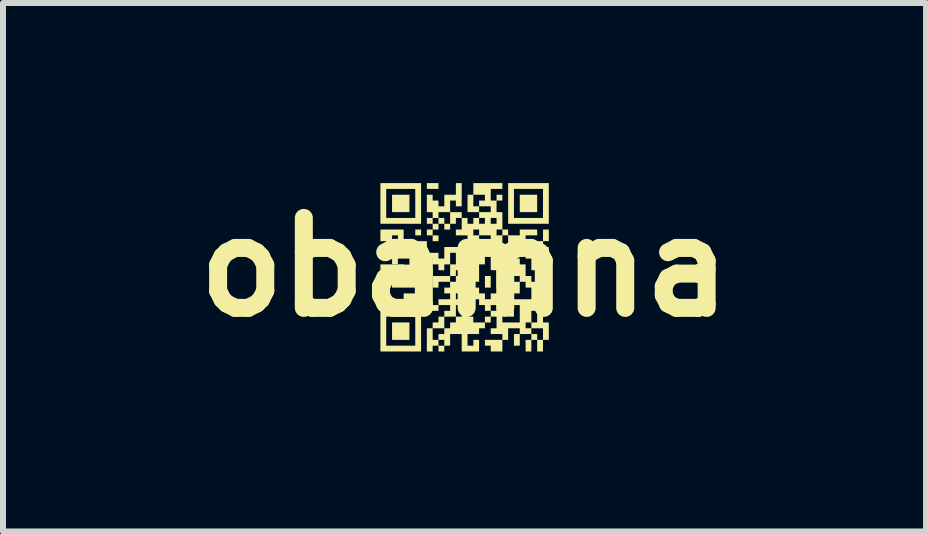
<source format=kicad_pcb>
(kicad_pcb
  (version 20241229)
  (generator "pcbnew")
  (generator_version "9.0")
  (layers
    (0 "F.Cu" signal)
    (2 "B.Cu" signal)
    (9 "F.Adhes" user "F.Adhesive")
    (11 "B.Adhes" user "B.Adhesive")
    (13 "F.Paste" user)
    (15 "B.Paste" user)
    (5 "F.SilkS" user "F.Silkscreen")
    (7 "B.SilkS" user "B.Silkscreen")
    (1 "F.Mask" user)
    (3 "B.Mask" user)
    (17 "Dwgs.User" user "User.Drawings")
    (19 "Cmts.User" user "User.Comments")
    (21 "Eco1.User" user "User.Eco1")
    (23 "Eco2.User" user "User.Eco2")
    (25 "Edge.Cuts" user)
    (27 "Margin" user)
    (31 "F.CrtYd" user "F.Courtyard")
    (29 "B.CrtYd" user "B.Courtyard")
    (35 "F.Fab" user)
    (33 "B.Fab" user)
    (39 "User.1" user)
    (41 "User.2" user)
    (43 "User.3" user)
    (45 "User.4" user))
  (footprint "obamna"
    (layer "F.Cu")
    (at 4.693 1.404)
    (property "Reference" "obamna" (at 0 0 0) (layer "F.SilkS") (effects (font (size 1.5 1.5) (thickness 0.3))))
    (attr board_only exclude_from_pos_files exclude_from_bom)
    (fp_poly (pts (xy -1.305 0.389) (xy -1.305 0.437) (xy -1.353 0.437) (xy -1.402 0.437) (xy -1.402 0.389) (xy -1.402 0.34) (xy -1.353 0.34) (xy -1.305 0.34)) (stroke (width 0) (type solid)) (fill yes) (layer "F.SilkS"))
    (fp_poly (pts (xy -1.015 0.001) (xy -1.015 0.05) (xy -1.063 0.05) (xy -1.111 0.05) (xy -1.111 0.001) (xy -1.111 -0.047) (xy -1.063 -0.047) (xy -1.015 -0.047)) (stroke (width 0) (type solid)) (fill yes) (layer "F.SilkS"))
    (fp_poly (pts (xy -0.918 -1.063) (xy -0.918 -0.918) (xy -1.063 -0.918) (xy -1.208 -0.918) (xy -1.208 -1.063) (xy -1.208 -1.208) (xy -1.063 -1.208) (xy -0.918 -1.208)) (stroke (width 0) (type solid)) (fill yes) (layer "F.SilkS"))
    (fp_poly (pts (xy -0.918 1.066) (xy -0.918 1.211) (xy -1.063 1.211) (xy -1.208 1.211) (xy -1.208 1.066) (xy -1.208 0.921) (xy -1.063 0.921) (xy -0.918 0.921)) (stroke (width 0) (type solid)) (fill yes) (layer "F.SilkS"))
    (fp_poly (pts (xy -0.724 -0.579) (xy -0.724 -0.531) (xy -0.773 -0.531) (xy -0.821 -0.531) (xy -0.821 -0.579) (xy -0.821 -0.628) (xy -0.773 -0.628) (xy -0.724 -0.628)) (stroke (width 0) (type solid)) (fill yes) (layer "F.SilkS"))
    (fp_poly (pts (xy -0.531 0.098) (xy -0.531 0.147) (xy -0.579 0.147) (xy -0.628 0.147) (xy -0.628 0.098) (xy -0.628 0.05) (xy -0.579 0.05) (xy -0.531 0.05)) (stroke (width 0) (type solid)) (fill yes) (layer "F.SilkS"))
    (fp_poly (pts (xy -0.434 -1.353) (xy -0.434 -1.305) (xy -0.531 -1.305) (xy -0.628 -1.305) (xy -0.628 -1.353) (xy -0.628 -1.402) (xy -0.531 -1.402) (xy -0.434 -1.402)) (stroke (width 0) (type solid)) (fill yes) (layer "F.SilkS"))
    (fp_poly (pts (xy -0.434 -0.482) (xy -0.434 -0.434) (xy -0.482 -0.434) (xy -0.531 -0.434) (xy -0.531 -0.482) (xy -0.531 -0.531) (xy -0.482 -0.531) (xy -0.434 -0.531)) (stroke (width 0) (type solid)) (fill yes) (layer "F.SilkS"))
    (fp_poly (pts (xy 0.437 0.243) (xy 0.437 0.34) (xy 0.389 0.34) (xy 0.34 0.34) (xy 0.34 0.243) (xy 0.34 0.147) (xy 0.389 0.147) (xy 0.437 0.147)) (stroke (width 0) (type solid)) (fill yes) (layer "F.SilkS"))
    (fp_poly (pts (xy 0.824 0.776) (xy 0.824 0.824) (xy 0.776 0.824) (xy 0.727 0.824) (xy 0.727 0.776) (xy 0.727 0.727) (xy 0.776 0.727) (xy 0.824 0.727)) (stroke (width 0) (type solid)) (fill yes) (layer "F.SilkS"))
    (fp_poly (pts (xy 0.921 0.34) (xy 0.921 0.437) (xy 0.872 0.437) (xy 0.824 0.437) (xy 0.824 0.34) (xy 0.824 0.243) (xy 0.872 0.243) (xy 0.921 0.243)) (stroke (width 0) (type solid)) (fill yes) (layer "F.SilkS"))
    (fp_poly (pts (xy 1.211 -1.063) (xy 1.211 -0.918) (xy 1.066 -0.918) (xy 0.921 -0.918) (xy 0.921 -1.063) (xy 0.921 -1.208) (xy 1.066 -1.208) (xy 1.211 -1.208)) (stroke (width 0) (type solid)) (fill yes) (layer "F.SilkS"))
    (fp_poly (pts (xy 1.405 -0.289) (xy 1.405 -0.24) (xy 1.356 -0.24) (xy 1.308 -0.24) (xy 1.308 -0.289) (xy 1.308 -0.337) (xy 1.356 -0.337) (xy 1.405 -0.337)) (stroke (width 0) (type solid)) (fill yes) (layer "F.SilkS"))
    (fp_poly (pts (xy -0.24 0.195) (xy -0.24 0.243) (xy -0.337 0.243) (xy -0.434 0.243) (xy -0.434 0.292) (xy -0.434 0.34) (xy -0.482 0.34) (xy -0.531 0.34) (xy -0.531 0.243) (xy -0.531 0.147) (xy -0.386 0.147) (xy -0.24 0.147)) (stroke (width 0) (type solid)) (fill yes) (layer "F.SilkS"))
    (fp_poly (pts (xy 1.405 -0.531) (xy 1.405 -0.434) (xy 1.356 -0.434) (xy 1.308 -0.434) (xy 1.308 -0.386) (xy 1.308 -0.337) (xy 1.211 -0.337) (xy 1.114 -0.337) (xy 1.114 -0.386) (xy 1.114 -0.434) (xy 1.211 -0.434) (xy 1.308 -0.434) (xy 1.308 -0.531) (xy 1.308 -0.628) (xy 1.356 -0.628) (xy 1.405 -0.628)) (stroke (width 0) (type solid)) (fill yes) (layer "F.SilkS"))
    (fp_poly (pts (xy -0.724 -1.063) (xy -0.724 -0.724) (xy -1.063 -0.724) (xy -1.402 -0.724) (xy -1.402 -1.063) (xy -1.402 -1.305) (xy -1.305 -1.305) (xy -1.305 -1.063) (xy -1.305 -0.821) (xy -1.063 -0.821) (xy -0.821 -0.821) (xy -0.821 -1.063) (xy -0.821 -1.305) (xy -1.063 -1.305) (xy -1.305 -1.305) (xy -1.402 -1.305) (xy -1.402 -1.402) (xy -1.063 -1.402) (xy -0.724 -1.402)) (stroke (width 0) (type solid)) (fill yes) (layer "F.SilkS"))
    (fp_poly (pts (xy -0.724 1.066) (xy -0.724 1.405) (xy -1.063 1.405) (xy -1.402 1.405) (xy -1.402 1.066) (xy -1.402 0.824) (xy -1.305 0.824) (xy -1.305 1.066) (xy -1.305 1.308) (xy -1.063 1.308) (xy -0.821 1.308) (xy -0.821 1.066) (xy -0.821 0.824) (xy -1.063 0.824) (xy -1.305 0.824) (xy -1.402 0.824) (xy -1.402 0.727) (xy -1.063 0.727) (xy -0.724 0.727)) (stroke (width 0) (type solid)) (fill yes) (layer "F.SilkS"))
    (fp_poly (pts (xy 1.405 -1.063) (xy 1.405 -0.724) (xy 1.066 -0.724) (xy 0.727 -0.724) (xy 0.727 -1.063) (xy 0.727 -1.305) (xy 0.824 -1.305) (xy 0.824 -1.063) (xy 0.824 -0.821) (xy 1.066 -0.821) (xy 1.308 -0.821) (xy 1.308 -1.063) (xy 1.308 -1.305) (xy 1.066 -1.305) (xy 0.824 -1.305) (xy 0.727 -1.305) (xy 0.727 -1.402) (xy 1.066 -1.402) (xy 1.405 -1.402)) (stroke (width 0) (type solid)) (fill yes) (layer "F.SilkS"))
    (fp_poly (pts (xy 0.534 -0.192) (xy 0.534 -0.144) (xy 0.582 -0.144) (xy 0.631 -0.144) (xy 0.631 -0.095) (xy 0.631 -0.047) (xy 0.679 -0.047) (xy 0.727 -0.047) (xy 0.727 0.001) (xy 0.727 0.05) (xy 0.679 0.05) (xy 0.631 0.05) (xy 0.631 0.098) (xy 0.631 0.147) (xy 0.679 0.147) (xy 0.727 0.147) (xy 0.727 0.243) (xy 0.727 0.34) (xy 0.631 0.34) (xy 0.534 0.34) (xy 0.534 0.195) (xy 0.534 0.05) (xy 0.485 0.05) (xy 0.437 0.05) (xy 0.437 -0.095) (xy 0.437 -0.24) (xy 0.485 -0.24) (xy 0.534 -0.24)) (stroke (width 0) (type solid)) (fill yes) (layer "F.SilkS"))
    (fp_poly (pts (xy -0.047 -1.208) (xy -0.047 -1.015) (xy -0.095 -1.015) (xy -0.144 -1.015) (xy -0.144 -1.063) (xy -0.144 -1.111) (xy -0.192 -1.111) (xy -0.24 -1.111) (xy -0.24 -1.015) (xy -0.24 -0.918) (xy -0.337 -0.918) (xy -0.434 -0.918) (xy -0.434 -0.87) (xy -0.434 -0.821) (xy -0.482 -0.821) (xy -0.531 -0.821) (xy -0.531 -0.773) (xy -0.531 -0.724) (xy -0.482 -0.724) (xy -0.434 -0.724) (xy -0.434 -0.773) (xy -0.434 -0.821) (xy -0.386 -0.821) (xy -0.337 -0.821) (xy -0.337 -0.773) (xy -0.337 -0.724) (xy -0.289 -0.724) (xy -0.24 -0.724) (xy -0.24 -0.821) (xy -0.24 -0.918) (xy -0.144 -0.918) (xy -0.047 -0.918) (xy -0.047 -0.87) (xy -0.047 -0.821) (xy -0.095 -0.821) (xy -0.144 -0.821) (xy -0.144 -0.773) (xy -0.144 -0.724) (xy -0.192 -0.724) (xy -0.24 -0.724) (xy -0.24 -0.676) (xy -0.24 -0.628) (xy -0.289 -0.628) (xy -0.337 -0.628) (xy -0.337 -0.676) (xy -0.337 -0.724) (xy -0.386 -0.724) (xy -0.434 -0.724) (xy -0.434 -0.676) (xy -0.434 -0.628) (xy -0.482 -0.628) (xy -0.531 -0.628) (xy -0.531 -0.579) (xy -0.531 -0.531) (xy -0.579 -0.531) (xy -0.628 -0.531) (xy -0.628 -0.579) (xy -0.628 -0.628) (xy -0.579 -0.628) (xy -0.531 -0.628) (xy -0.531 -0.676) (xy -0.531 -0.724) (xy -0.579 -0.724) (xy -0.628 -0.724) (xy -0.628 -0.773) (xy -0.628 -0.821) (xy -0.579 -0.821) (xy -0.531 -0.821) (xy -0.531 -0.87) (xy -0.531 -0.918) (xy -0.579 -0.918) (xy -0.628 -0.918) (xy -0.628 -1.063) (xy -0.628 -1.208) (xy -0.579 -1.208) (xy -0.531 -1.208) (xy -0.531 -1.16) (xy -0.531 -1.111) (xy -0.482 -1.111) (xy -0.434 -1.111) (xy -0.434 -1.063) (xy -0.434 -1.015) (xy -0.386 -1.015) (xy -0.337 -1.015) (xy -0.337 -1.111) (xy -0.337 -1.208) (xy -0.24 -1.208) (xy -0.144 -1.208) (xy -0.144 -1.305) (xy -0.144 -1.402) (xy -0.095 -1.402) (xy -0.047 -1.402)) (stroke (width 0) (type solid)) (fill yes) (layer "F.SilkS"))
    (fp_poly (pts (xy 0.631 -1.353) (xy 0.631 -1.305) (xy 0.534 -1.305) (xy 0.437 -1.305) (xy 0.437 -1.208) (xy 0.437 -1.111) (xy 0.485 -1.111) (xy 0.534 -1.111) (xy 0.534 -1.16) (xy 0.534 -1.208) (xy 0.582 -1.208) (xy 0.631 -1.208) (xy 0.631 -1.16) (xy 0.631 -1.111) (xy 0.582 -1.111) (xy 0.534 -1.111) (xy 0.534 -1.015) (xy 0.534 -0.918) (xy 0.582 -0.918) (xy 0.631 -0.918) (xy 0.631 -0.773) (xy 0.631 -0.628) (xy 0.582 -0.628) (xy 0.534 -0.628) (xy 0.534 -0.579) (xy 0.534 -0.531) (xy 0.582 -0.531) (xy 0.631 -0.531) (xy 0.631 -0.434) (xy 0.631 -0.337) (xy 0.679 -0.337) (xy 0.727 -0.337) (xy 0.727 -0.434) (xy 0.727 -0.531) (xy 0.679 -0.531) (xy 0.631 -0.531) (xy 0.631 -0.579) (xy 0.631 -0.628) (xy 0.679 -0.628) (xy 0.727 -0.628) (xy 0.727 -0.579) (xy 0.727 -0.531) (xy 0.824 -0.531) (xy 0.921 -0.531) (xy 0.921 -0.579) (xy 0.921 -0.628) (xy 1.066 -0.628) (xy 1.211 -0.628) (xy 1.211 -0.579) (xy 1.211 -0.531) (xy 1.114 -0.531) (xy 1.018 -0.531) (xy 1.018 -0.386) (xy 1.018 -0.24) (xy 0.776 -0.24) (xy 0.534 -0.24) (xy 0.534 -0.337) (xy 0.534 -0.434) (xy 0.485 -0.434) (xy 0.437 -0.434) (xy 0.437 -0.337) (xy 0.437 -0.24) (xy 0.389 -0.24) (xy 0.34 -0.24) (xy 0.34 -0.144) (xy 0.34 -0.047) (xy 0.292 -0.047) (xy 0.243 -0.047) (xy 0.243 0.098) (xy 0.243 0.243) (xy 0.195 0.243) (xy 0.147 0.243) (xy 0.147 0.195) (xy 0.147 0.147) (xy 0.098 0.147) (xy 0.05 0.147) (xy 0.05 0.195) (xy 0.05 0.243) (xy 0.098 0.243) (xy 0.147 0.243) (xy 0.147 0.292) (xy 0.147 0.34) (xy 0.195 0.34) (xy 0.243 0.34) (xy 0.243 0.389) (xy 0.243 0.437) (xy 0.292 0.437) (xy 0.34 0.437) (xy 0.34 0.485) (xy 0.34 0.534) (xy 0.389 0.534) (xy 0.437 0.534) (xy 0.437 0.485) (xy 0.437 0.437) (xy 0.582 0.437) (xy 0.727 0.437) (xy 0.727 0.485) (xy 0.727 0.534) (xy 0.921 0.534) (xy 1.114 0.534) (xy 1.114 0.437) (xy 1.114 0.34) (xy 1.066 0.34) (xy 1.018 0.34) (xy 1.018 0.292) (xy 1.018 0.243) (xy 0.969 0.243) (xy 0.921 0.243) (xy 0.921 0.195) (xy 0.921 0.147) (xy 0.824 0.147) (xy 0.727 0.147) (xy 0.727 0.098) (xy 0.727 0.05) (xy 0.776 0.05) (xy 0.824 0.05) (xy 0.824 0.001) (xy 0.824 -0.047) (xy 0.776 -0.047) (xy 0.727 -0.047) (xy 0.727 -0.095) (xy 0.727 -0.144) (xy 0.824 -0.144) (xy 0.921 -0.144) (xy 0.921 -0.095) (xy 0.921 -0.047) (xy 0.969 -0.047) (xy 1.018 -0.047) (xy 1.018 0.05) (xy 1.018 0.147) (xy 1.066 0.147) (xy 1.114 0.147) (xy 1.114 0.195) (xy 1.114 0.243) (xy 1.163 0.243) (xy 1.211 0.243) (xy 1.211 0.147) (xy 1.211 0.05) (xy 1.163 0.05) (xy 1.114 0.05) (xy 1.114 -0.047) (xy 1.114 -0.144) (xy 1.066 -0.144) (xy 1.018 -0.144) (xy 1.018 -0.192) (xy 1.018 -0.24) (xy 1.114 -0.24) (xy 1.211 -0.24) (xy 1.211 -0.192) (xy 1.211 -0.144) (xy 1.308 -0.144) (xy 1.405 -0.144) (xy 1.405 -0.047) (xy 1.405 0.05) (xy 1.356 0.05) (xy 1.308 0.05) (xy 1.308 0.195) (xy 1.308 0.34) (xy 1.26 0.34) (xy 1.211 0.34) (xy 1.211 0.485) (xy 1.211 0.631) (xy 1.308 0.631) (xy 1.405 0.631) (xy 1.405 0.679) (xy 1.405 0.727) (xy 1.356 0.727) (xy 1.308 0.727) (xy 1.308 0.824) (xy 1.308 0.921) (xy 1.356 0.921) (xy 1.405 0.921) (xy 1.405 1.066) (xy 1.405 1.211) (xy 1.356 1.211) (xy 1.308 1.211) (xy 1.308 1.308) (xy 1.308 1.405) (xy 1.26 1.405) (xy 1.211 1.405) (xy 1.211 1.308) (xy 1.211 1.211) (xy 1.163 1.211) (xy 1.114 1.211) (xy 1.114 1.308) (xy 1.114 1.405) (xy 1.066 1.405) (xy 1.018 1.405) (xy 1.018 1.308) (xy 1.018 1.211) (xy 1.066 1.211) (xy 1.114 1.211) (xy 1.114 1.163) (xy 1.114 1.114) (xy 1.163 1.114) (xy 1.211 1.114) (xy 1.211 1.163) (xy 1.211 1.211) (xy 1.26 1.211) (xy 1.308 1.211) (xy 1.308 1.114) (xy 1.308 1.018) (xy 1.211 1.018) (xy 1.114 1.018) (xy 1.114 1.066) (xy 1.114 1.114) (xy 1.018 1.114) (xy 0.921 1.114) (xy 0.921 1.211) (xy 0.921 1.308) (xy 0.872 1.308) (xy 0.824 1.308) (xy 0.824 1.211) (xy 0.824 1.114) (xy 0.872 1.114) (xy 0.921 1.114) (xy 0.921 1.066) (xy 0.921 1.018) (xy 1.018 1.018) (xy 1.066 1.018) (xy 1.114 1.018) (xy 1.114 0.969) (xy 1.114 0.921) (xy 1.163 0.921) (xy 1.211 0.921) (xy 1.211 0.824) (xy 1.211 0.727) (xy 1.163 0.727) (xy 1.114 0.727) (xy 1.114 0.824) (xy 1.114 0.921) (xy 1.066 0.921) (xy 1.018 0.921) (xy 1.018 0.969) (xy 1.018 1.018) (xy 0.921 1.018) (xy 0.824 1.018) (xy 0.727 1.018) (xy 0.727 1.114) (xy 0.727 1.211) (xy 0.679 1.211) (xy 0.631 1.211) (xy 0.631 1.308) (xy 0.631 1.405) (xy 0.534 1.405) (xy 0.437 1.405) (xy 0.437 1.356) (xy 0.437 1.308) (xy 0.389 1.308) (xy 0.34 1.308) (xy 0.34 1.26) (xy 0.34 1.211) (xy 0.485 1.211) (xy 0.631 1.211) (xy 0.631 1.163) (xy 0.631 1.114) (xy 0.534 1.114) (xy 0.437 1.114) (xy 0.437 1.066) (xy 0.437 1.018) (xy 0.485 1.018) (xy 0.534 1.018) (xy 0.534 0.921) (xy 0.534 0.824) (xy 0.485 0.824) (xy 0.437 0.824) (xy 0.437 0.872) (xy 0.437 0.921) (xy 0.389 0.921) (xy 0.34 0.921) (xy 0.34 0.969) (xy 0.34 1.018) (xy 0.292 1.018) (xy 0.243 1.018) (xy 0.243 1.066) (xy 0.243 1.114) (xy 0.147 1.114) (xy 0.05 1.114) (xy 0.05 1.211) (xy 0.05 1.308) (xy 0.098 1.308) (xy 0.147 1.308) (xy 0.147 1.26) (xy 0.147 1.211) (xy 0.195 1.211) (xy 0.243 1.211) (xy 0.243 1.308) (xy 0.243 1.405) (xy 0.098 1.405) (xy -0.047 1.405) (xy -0.047 1.26) (xy -0.047 1.114) (xy -0.144 1.114) (xy -0.24 1.114) (xy -0.24 1.211) (xy -0.24 1.308) (xy -0.289 1.308) (xy -0.337 1.308) (xy -0.337 1.356) (xy -0.337 1.405) (xy -0.386 1.405) (xy -0.434 1.405) (xy -0.434 1.356) (xy -0.434 1.308) (xy -0.482 1.308) (xy -0.531 1.308) (xy -0.531 1.356) (xy -0.531 1.405) (xy -0.579 1.405) (xy -0.628 1.405) (xy -0.628 1.211) (xy -0.531 1.211) (xy -0.482 1.211) (xy -0.434 1.211) (xy -0.434 1.26) (xy -0.434 1.308) (xy -0.386 1.308) (xy -0.337 1.308) (xy -0.337 1.26) (xy -0.337 1.211) (xy -0.386 1.211) (xy -0.434 1.211) (xy -0.434 1.163) (xy -0.434 1.114) (xy -0.386 1.114) (xy -0.337 1.114) (xy -0.337 1.066) (xy -0.337 1.018) (xy -0.289 1.018) (xy -0.24 1.018) (xy -0.24 0.969) (xy -0.24 0.921) (xy -0.192 0.921) (xy -0.144 0.921) (xy -0.144 0.872) (xy -0.144 0.824) (xy -0.095 0.824) (xy -0.047 0.824) (xy 0.05 0.824) (xy 0.098 0.824) (xy 0.147 0.824) (xy 0.147 0.872) (xy 0.147 0.921) (xy 0.243 0.921) (xy 0.34 0.921) (xy 0.34 0.872) (xy 0.34 0.824) (xy 0.389 0.824) (xy 0.437 0.824) (xy 0.437 0.776) (xy 0.437 0.727) (xy 0.485 0.727) (xy 0.534 0.727) (xy 0.534 0.679) (xy 0.534 0.631) (xy 0.631 0.631) (xy 0.631 0.776) (xy 0.631 0.921) (xy 0.776 0.921) (xy 0.921 0.921) (xy 0.921 0.776) (xy 0.921 0.631) (xy 0.776 0.631) (xy 0.631 0.631) (xy 0.534 0.631) (xy 0.485 0.631) (xy 0.437 0.631) (xy 0.437 0.679) (xy 0.437 0.727) (xy 0.389 0.727) (xy 0.34 0.727) (xy 0.34 0.679) (xy 0.34 0.631) (xy 0.292 0.631) (xy 0.243 0.631) (xy 0.243 0.582) (xy 0.243 0.534) (xy 0.195 0.534) (xy 0.147 0.534) (xy 0.147 0.582) (xy 0.147 0.631) (xy 0.098 0.631) (xy 0.05 0.631) (xy 0.05 0.727) (xy 0.05 0.824) (xy -0.047 0.824) (xy -0.047 0.727) (xy -0.047 0.631) (xy -0.095 0.631) (xy -0.144 0.631) (xy -0.144 0.727) (xy -0.144 0.824) (xy -0.24 0.824) (xy -0.337 0.824) (xy -0.337 0.921) (xy -0.337 1.018) (xy -0.434 1.018) (xy -0.531 1.018) (xy -0.531 1.114) (xy -0.531 1.211) (xy -0.628 1.211) (xy -0.628 1.018) (xy -0.579 1.018) (xy -0.531 1.018) (xy -0.531 0.969) (xy -0.531 0.921) (xy -0.482 0.921) (xy -0.434 0.921) (xy -0.434 0.872) (xy -0.434 0.824) (xy -0.386 0.824) (xy -0.337 0.824) (xy -0.337 0.776) (xy -0.337 0.727) (xy -0.289 0.727) (xy -0.24 0.727) (xy -0.24 0.679) (xy -0.24 0.631) (xy -0.337 0.631) (xy -0.434 0.631) (xy -0.434 0.679) (xy -0.434 0.727) (xy -0.531 0.727) (xy -0.628 0.727) (xy -0.628 0.679) (xy -0.628 0.631) (xy -0.966 0.631) (xy -1.305 0.631) (xy -1.305 0.582) (xy -1.305 0.534) (xy -1.16 0.534) (xy -1.015 0.534) (xy -1.015 0.485) (xy -1.015 0.437) (xy -0.918 0.437) (xy -0.821 0.437) (xy -0.821 0.389) (xy -0.821 0.34) (xy -0.773 0.34) (xy -0.724 0.34) (xy -0.724 0.389) (xy -0.724 0.437) (xy -0.773 0.437) (xy -0.821 0.437) (xy -0.821 0.485) (xy -0.821 0.534) (xy -0.724 0.534) (xy -0.628 0.534) (xy -0.628 0.582) (xy -0.628 0.631) (xy -0.531 0.631) (xy -0.434 0.631) (xy -0.434 0.582) (xy -0.434 0.534) (xy -0.337 0.534) (xy -0.24 0.534) (xy -0.24 0.485) (xy -0.24 0.437) (xy -0.144 0.437) (xy -0.144 0.485) (xy -0.144 0.534) (xy 0.001 0.534) (xy 0.147 0.534) (xy 0.147 0.485) (xy 0.147 0.437) (xy 0.001 0.437) (xy -0.144 0.437) (xy -0.24 0.437) (xy -0.289 0.437) (xy -0.337 0.437) (xy -0.337 0.389) (xy -0.337 0.34) (xy -0.289 0.34) (xy -0.24 0.34) (xy -0.24 0.292) (xy -0.24 0.243) (xy -0.192 0.243) (xy -0.144 0.243) (xy -0.144 0.195) (xy -0.144 0.147) (xy -0.047 0.147) (xy 0.05 0.147) (xy 0.05 0.098) (xy 0.05 0.05) (xy 0.098 0.05) (xy 0.147 0.05) (xy 0.147 -0.095) (xy 0.147 -0.24) (xy 0.05 -0.24) (xy -0.047 -0.24) (xy -0.047 -0.095) (xy -0.047 0.05) (xy -0.095 0.05) (xy -0.144 0.05) (xy -0.144 0.098) (xy -0.144 0.147) (xy -0.192 0.147) (xy -0.24 0.147) (xy -0.24 0.05) (xy -0.24 -0.047) (xy -0.192 -0.047) (xy -0.144 -0.047) (xy -0.144 -0.144) (xy -0.144 -0.24) (xy -0.192 -0.24) (xy -0.24 -0.24) (xy -0.24 -0.144) (xy -0.24 -0.047) (xy -0.289 -0.047) (xy -0.337 -0.047) (xy -0.337 0.001) (xy -0.337 0.05) (xy -0.386 0.05) (xy -0.434 0.05) (xy -0.434 0.001) (xy -0.434 -0.047) (xy -0.482 -0.047) (xy -0.531 -0.047) (xy -0.531 -0.095) (xy -0.531 -0.144) (xy -0.676 -0.144) (xy -0.821 -0.144) (xy -0.821 -0.095) (xy -0.821 -0.047) (xy -0.773 -0.047) (xy -0.724 -0.047) (xy -0.724 0.001) (xy -0.724 0.05) (xy -0.821 0.05) (xy -0.918 0.05) (xy -0.918 -0.047) (xy -0.918 -0.144) (xy -1.015 -0.144) (xy -1.111 -0.144) (xy -1.111 -0.095) (xy -1.111 -0.047) (xy -1.16 -0.047) (xy -1.208 -0.047) (xy -1.208 0.001) (xy -1.208 0.05) (xy -1.16 0.05) (xy -1.111 0.05) (xy -1.111 0.098) (xy -1.111 0.147) (xy -1.16 0.147) (xy -1.208 0.147) (xy -1.208 0.195) (xy -1.208 0.243) (xy -1.111 0.243) (xy -1.015 0.243) (xy -1.015 0.195) (xy -1.015 0.147) (xy -0.821 0.147) (xy -0.628 0.147) (xy -0.628 0.195) (xy -0.628 0.243) (xy -0.724 0.243) (xy -0.821 0.243) (xy -0.821 0.292) (xy -0.821 0.34) (xy -1.015 0.34) (xy -1.208 0.34) (xy -1.208 0.292) (xy -1.208 0.243) (xy -1.257 0.243) (xy -1.305 0.243) (xy -1.305 0.147) (xy -1.305 0.05) (xy -1.353 0.05) (xy -1.402 0.05) (xy -1.402 0.001) (xy -1.402 -0.047) (xy -1.305 -0.047) (xy -1.208 -0.047) (xy -1.208 -0.095) (xy -1.208 -0.144) (xy -1.257 -0.144) (xy -1.305 -0.144) (xy -1.305 -0.192) (xy -1.305 -0.24) (xy -1.353 -0.24) (xy -1.402 -0.24) (xy -1.402 -0.289) (xy -1.402 -0.337) (xy -1.353 -0.337) (xy -1.305 -0.337) (xy -1.305 -0.386) (xy -1.305 -0.434) (xy -1.353 -0.434) (xy -1.402 -0.434) (xy -1.402 -0.531) (xy -1.208 -0.531) (xy -1.208 -0.386) (xy -1.208 -0.24) (xy -1.16 -0.24) (xy -1.111 -0.24) (xy -1.111 -0.386) (xy -1.111 -0.531) (xy -1.16 -0.531) (xy -1.208 -0.531) (xy -1.402 -0.531) (xy -1.402 -0.628) (xy -1.208 -0.628) (xy -1.015 -0.628) (xy -1.015 -0.482) (xy -1.015 -0.337) (xy -0.918 -0.337) (xy -0.821 -0.337) (xy -0.821 -0.386) (xy -0.821 -0.434) (xy -0.724 -0.434) (xy -0.628 -0.434) (xy -0.628 -0.386) (xy -0.628 -0.337) (xy -0.724 -0.337) (xy -0.821 -0.337) (xy -0.821 -0.289) (xy -0.821 -0.24) (xy -0.628 -0.24) (xy -0.434 -0.24) (xy -0.434 -0.192) (xy -0.434 -0.144) (xy -0.386 -0.144) (xy -0.337 -0.144) (xy -0.337 -0.24) (xy -0.337 -0.337) (xy -0.047 -0.337) (xy 0.243 -0.337) (xy 0.243 -0.289) (xy 0.243 -0.24) (xy 0.292 -0.24) (xy 0.34 -0.24) (xy 0.34 -0.337) (xy 0.34 -0.434) (xy 0.389 -0.434) (xy 0.437 -0.434) (xy 0.437 -0.482) (xy 0.437 -0.531) (xy 0.34 -0.531) (xy 0.243 -0.531) (xy 0.243 -0.482) (xy 0.243 -0.434) (xy 0.147 -0.434) (xy 0.05 -0.434) (xy 0.05 -0.482) (xy 0.05 -0.531) (xy -0.047 -0.531) (xy -0.144 -0.531) (xy -0.144 -0.579) (xy -0.144 -0.628) (xy -0.095 -0.628) (xy -0.047 -0.628) (xy 0.147 -0.628) (xy 0.147 -0.579) (xy 0.147 -0.531) (xy 0.195 -0.531) (xy 0.243 -0.531) (xy 0.243 -0.579) (xy 0.243 -0.628) (xy 0.195 -0.628) (xy 0.147 -0.628) (xy -0.047 -0.628) (xy -0.047 -0.724) (xy -0.047 -0.821) (xy 0.001 -0.821) (xy 0.05 -0.821) (xy 0.05 -0.773) (xy 0.05 -0.724) (xy 0.098 -0.724) (xy 0.147 -0.724) (xy 0.147 -0.773) (xy 0.147 -0.821) (xy 0.195 -0.821) (xy 0.243 -0.821) (xy 0.243 -0.773) (xy 0.243 -0.724) (xy 0.292 -0.724) (xy 0.34 -0.724) (xy 0.34 -0.773) (xy 0.34 -0.821) (xy 0.437 -0.821) (xy 0.437 -0.773) (xy 0.437 -0.724) (xy 0.485 -0.724) (xy 0.534 -0.724) (xy 0.534 -0.773) (xy 0.534 -0.821) (xy 0.485 -0.821) (xy 0.437 -0.821) (xy 0.34 -0.821) (xy 0.292 -0.821) (xy 0.243 -0.821) (xy 0.243 -0.87) (xy 0.243 -0.918) (xy 0.147 -0.918) (xy 0.05 -0.918) (xy 0.05 -1.063) (xy 0.05 -1.208) (xy 0.098 -1.208) (xy 0.147 -1.208) (xy 0.147 -1.111) (xy 0.147 -1.015) (xy 0.195 -1.015) (xy 0.243 -1.015) (xy 0.243 -0.966) (xy 0.243 -0.918) (xy 0.34 -0.918) (xy 0.437 -0.918) (xy 0.437 -0.966) (xy 0.437 -1.015) (xy 0.34 -1.015) (xy 0.243 -1.015) (xy 0.243 -1.063) (xy 0.243 -1.111) (xy 0.292 -1.111) (xy 0.34 -1.111) (xy 0.34 -1.16) (xy 0.34 -1.208) (xy 0.243 -1.208) (xy 0.147 -1.208) (xy 0.147 -1.305) (xy 0.147 -1.402) (xy 0.389 -1.402) (xy 0.631 -1.402)) (stroke (width 0) (type solid)) (fill yes) (layer "F.SilkS")))
  (gr_rect
    (start -3 -3)
    (end 12.386 5.809)
    (stroke (width 0.1) (type default))
    (fill no)
    (layer "Edge.Cuts")))
</source>
